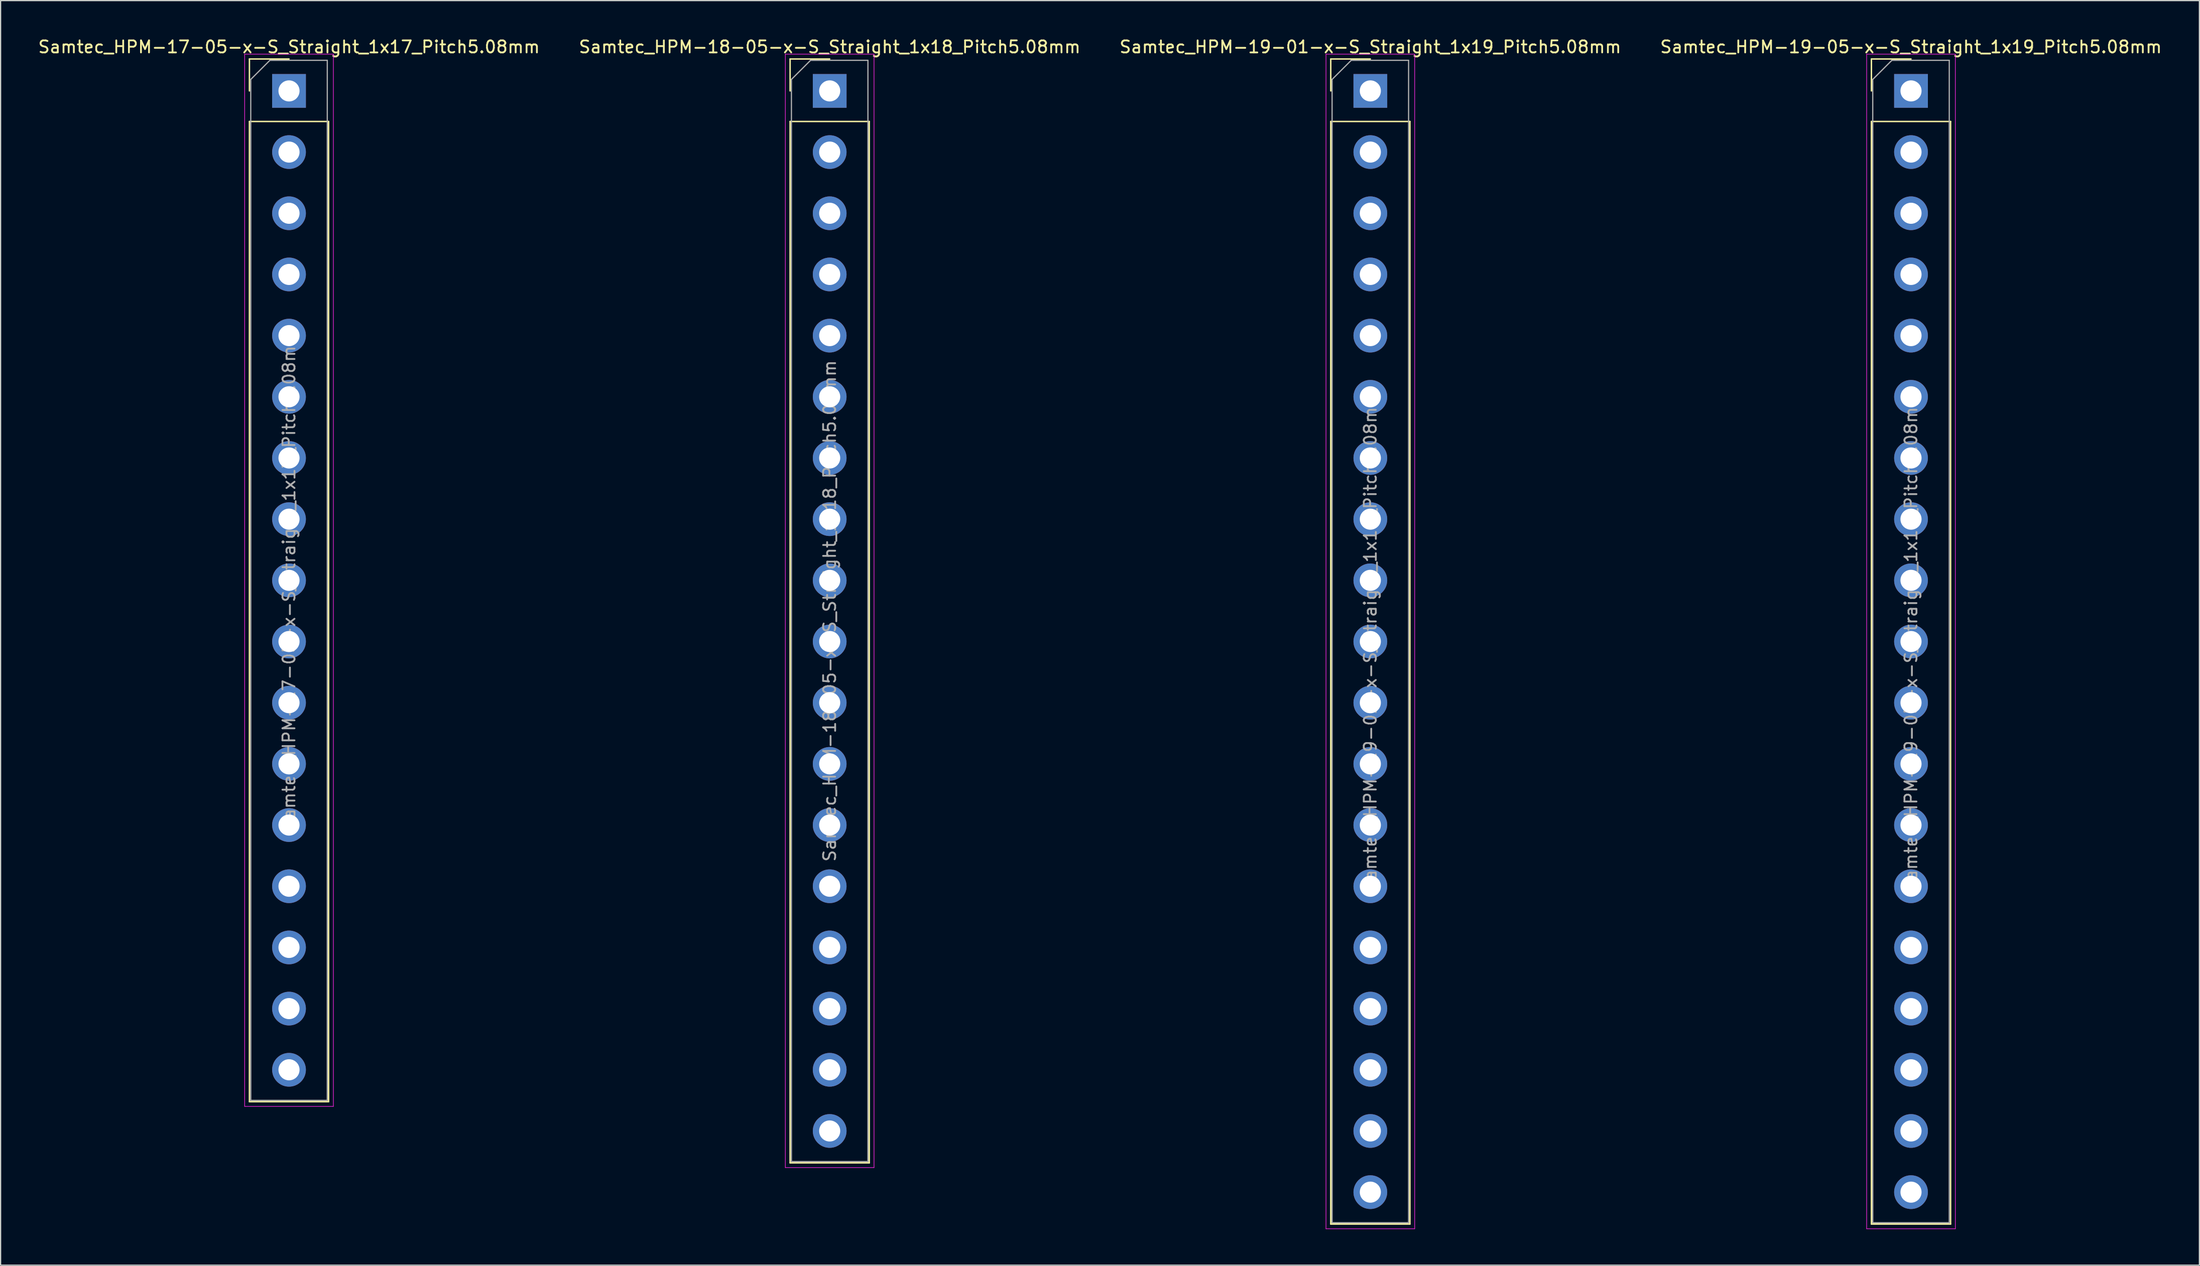
<source format=kicad_pcb>
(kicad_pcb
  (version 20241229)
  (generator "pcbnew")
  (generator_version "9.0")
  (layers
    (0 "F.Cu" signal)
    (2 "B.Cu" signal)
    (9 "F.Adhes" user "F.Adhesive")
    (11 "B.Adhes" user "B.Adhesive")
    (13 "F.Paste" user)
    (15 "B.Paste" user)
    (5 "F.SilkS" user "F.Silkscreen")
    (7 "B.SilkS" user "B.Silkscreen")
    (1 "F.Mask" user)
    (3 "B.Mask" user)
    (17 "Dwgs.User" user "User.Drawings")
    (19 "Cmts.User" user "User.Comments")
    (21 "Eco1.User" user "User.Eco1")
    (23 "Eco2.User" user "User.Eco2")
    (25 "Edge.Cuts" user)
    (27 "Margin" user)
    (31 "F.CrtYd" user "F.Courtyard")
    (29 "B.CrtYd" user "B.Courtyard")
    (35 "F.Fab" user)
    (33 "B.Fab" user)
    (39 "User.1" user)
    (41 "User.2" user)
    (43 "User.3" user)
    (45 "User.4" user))
  (footprint "Samtec_HPM-19-01-x-S_Straight_1x19_Pitch5.08mm"
    (layer "F.Cu")
    (at 110.673 4.498)
    (property "Reference" "Samtec_HPM-19-01-x-S_Straight_1x19_Pitch5.08mm" (at 0 -3.65 0) (layer "F.SilkS") (effects (font (size 1 1) (thickness 0.15))))
    (attr through_hole)
    (fp_line (start -3.285 -2.65) (end 0 -2.65) (stroke (width 0.12) (type solid)) (layer "F.SilkS"))
    (fp_line (start -3.285 0) (end -3.285 -2.65) (stroke (width 0.12) (type solid)) (layer "F.SilkS"))
    (fp_line (start -3.285 2.54) (end -3.285 94.09) (stroke (width 0.12) (type solid)) (layer "F.SilkS"))
    (fp_line (start -3.285 2.54) (end 3.285 2.54) (stroke (width 0.12) (type solid)) (layer "F.SilkS"))
    (fp_line (start -3.285 94.09) (end 3.285 94.09) (stroke (width 0.12) (type solid)) (layer "F.SilkS"))
    (fp_line (start 3.285 2.54) (end 3.285 94.09) (stroke (width 0.12) (type solid)) (layer "F.SilkS"))
    (fp_line (start -3.68 -3.05) (end -3.68 94.48) (stroke (width 0.05) (type solid)) (layer "F.CrtYd"))
    (fp_line (start -3.68 94.48) (end 3.68 94.48) (stroke (width 0.05) (type solid)) (layer "F.CrtYd"))
    (fp_line (start 3.68 -3.05) (end -3.68 -3.05) (stroke (width 0.05) (type solid)) (layer "F.CrtYd"))
    (fp_line (start 3.68 94.48) (end 3.68 -3.05) (stroke (width 0.05) (type solid)) (layer "F.CrtYd"))
    (fp_line (start -3.175 -0.953) (end -1.587 -2.54) (stroke (width 0.1) (type solid)) (layer "F.Fab"))
    (fp_line (start -3.175 93.98) (end -3.175 -0.953) (stroke (width 0.1) (type solid)) (layer "F.Fab"))
    (fp_line (start -1.587 -2.54) (end 3.175 -2.54) (stroke (width 0.1) (type solid)) (layer "F.Fab"))
    (fp_line (start 3.175 -2.54) (end 3.175 93.98) (stroke (width 0.1) (type solid)) (layer "F.Fab"))
    (fp_line (start 3.175 93.98) (end -3.175 93.98) (stroke (width 0.1) (type solid)) (layer "F.Fab"))
    (fp_text user "${REFERENCE}" (at 0 45.72 90) (layer "F.Fab") (effects (font (size 1 1) (thickness 0.15))))
    (pad "1" thru_hole rect (at 0 0) (size 2.8 2.8) (drill 1.75) (layers "*.Cu" "*.Mask"))
    (pad "2" thru_hole circle (at 0 5.08) (size 2.8 2.8) (drill 1.75) (layers "*.Cu" "*.Mask"))
    (pad "3" thru_hole circle (at 0 10.16) (size 2.8 2.8) (drill 1.75) (layers "*.Cu" "*.Mask"))
    (pad "4" thru_hole circle (at 0 15.24) (size 2.8 2.8) (drill 1.75) (layers "*.Cu" "*.Mask"))
    (pad "5" thru_hole circle (at 0 20.32) (size 2.8 2.8) (drill 1.75) (layers "*.Cu" "*.Mask"))
    (pad "6" thru_hole circle (at 0 25.4) (size 2.8 2.8) (drill 1.75) (layers "*.Cu" "*.Mask"))
    (pad "7" thru_hole circle (at 0 30.48) (size 2.8 2.8) (drill 1.75) (layers "*.Cu" "*.Mask"))
    (pad "8" thru_hole circle (at 0 35.56) (size 2.8 2.8) (drill 1.75) (layers "*.Cu" "*.Mask"))
    (pad "9" thru_hole circle (at 0 40.64) (size 2.8 2.8) (drill 1.75) (layers "*.Cu" "*.Mask"))
    (pad "10" thru_hole circle (at 0 45.72) (size 2.8 2.8) (drill 1.75) (layers "*.Cu" "*.Mask"))
    (pad "11" thru_hole circle (at 0 50.8) (size 2.8 2.8) (drill 1.75) (layers "*.Cu" "*.Mask"))
    (pad "12" thru_hole circle (at 0 55.88) (size 2.8 2.8) (drill 1.75) (layers "*.Cu" "*.Mask"))
    (pad "13" thru_hole circle (at 0 60.96) (size 2.8 2.8) (drill 1.75) (layers "*.Cu" "*.Mask"))
    (pad "14" thru_hole circle (at 0 66.04) (size 2.8 2.8) (drill 1.75) (layers "*.Cu" "*.Mask"))
    (pad "15" thru_hole circle (at 0 71.12) (size 2.8 2.8) (drill 1.75) (layers "*.Cu" "*.Mask"))
    (pad "16" thru_hole circle (at 0 76.2) (size 2.8 2.8) (drill 1.75) (layers "*.Cu" "*.Mask"))
    (pad "17" thru_hole circle (at 0 81.28) (size 2.8 2.8) (drill 1.75) (layers "*.Cu" "*.Mask"))
    (pad "18" thru_hole circle (at 0 86.36) (size 2.8 2.8) (drill 1.75) (layers "*.Cu" "*.Mask"))
    (pad "19" thru_hole circle (at 0 91.44) (size 2.8 2.8) (drill 1.75) (layers "*.Cu" "*.Mask")))
  (footprint "Samtec_HPM-19-05-x-S_Straight_1x19_Pitch5.08mm"
    (layer "F.Cu")
    (at 155.542 4.498)
    (property "Reference" "Samtec_HPM-19-05-x-S_Straight_1x19_Pitch5.08mm" (at 0 -3.65 0) (layer "F.SilkS") (effects (font (size 1 1) (thickness 0.15))))
    (attr through_hole)
    (fp_line (start -3.285 -2.65) (end 0 -2.65) (stroke (width 0.12) (type solid)) (layer "F.SilkS"))
    (fp_line (start -3.285 0) (end -3.285 -2.65) (stroke (width 0.12) (type solid)) (layer "F.SilkS"))
    (fp_line (start -3.285 2.54) (end -3.285 94.09) (stroke (width 0.12) (type solid)) (layer "F.SilkS"))
    (fp_line (start -3.285 2.54) (end 3.285 2.54) (stroke (width 0.12) (type solid)) (layer "F.SilkS"))
    (fp_line (start -3.285 94.09) (end 3.285 94.09) (stroke (width 0.12) (type solid)) (layer "F.SilkS"))
    (fp_line (start 3.285 2.54) (end 3.285 94.09) (stroke (width 0.12) (type solid)) (layer "F.SilkS"))
    (fp_line (start -3.68 -3.05) (end -3.68 94.48) (stroke (width 0.05) (type solid)) (layer "F.CrtYd"))
    (fp_line (start -3.68 94.48) (end 3.68 94.48) (stroke (width 0.05) (type solid)) (layer "F.CrtYd"))
    (fp_line (start 3.68 -3.05) (end -3.68 -3.05) (stroke (width 0.05) (type solid)) (layer "F.CrtYd"))
    (fp_line (start 3.68 94.48) (end 3.68 -3.05) (stroke (width 0.05) (type solid)) (layer "F.CrtYd"))
    (fp_line (start -3.175 -0.953) (end -1.587 -2.54) (stroke (width 0.1) (type solid)) (layer "F.Fab"))
    (fp_line (start -3.175 93.98) (end -3.175 -0.953) (stroke (width 0.1) (type solid)) (layer "F.Fab"))
    (fp_line (start -1.587 -2.54) (end 3.175 -2.54) (stroke (width 0.1) (type solid)) (layer "F.Fab"))
    (fp_line (start 3.175 -2.54) (end 3.175 93.98) (stroke (width 0.1) (type solid)) (layer "F.Fab"))
    (fp_line (start 3.175 93.98) (end -3.175 93.98) (stroke (width 0.1) (type solid)) (layer "F.Fab"))
    (fp_text user "${REFERENCE}" (at 0 45.72 90) (layer "F.Fab") (effects (font (size 1 1) (thickness 0.15))))
    (pad "1" thru_hole rect (at 0 0) (size 2.8 2.8) (drill 1.75) (layers "*.Cu" "*.Mask"))
    (pad "2" thru_hole circle (at 0 5.08) (size 2.8 2.8) (drill 1.75) (layers "*.Cu" "*.Mask"))
    (pad "3" thru_hole circle (at 0 10.16) (size 2.8 2.8) (drill 1.75) (layers "*.Cu" "*.Mask"))
    (pad "4" thru_hole circle (at 0 15.24) (size 2.8 2.8) (drill 1.75) (layers "*.Cu" "*.Mask"))
    (pad "5" thru_hole circle (at 0 20.32) (size 2.8 2.8) (drill 1.75) (layers "*.Cu" "*.Mask"))
    (pad "6" thru_hole circle (at 0 25.4) (size 2.8 2.8) (drill 1.75) (layers "*.Cu" "*.Mask"))
    (pad "7" thru_hole circle (at 0 30.48) (size 2.8 2.8) (drill 1.75) (layers "*.Cu" "*.Mask"))
    (pad "8" thru_hole circle (at 0 35.56) (size 2.8 2.8) (drill 1.75) (layers "*.Cu" "*.Mask"))
    (pad "9" thru_hole circle (at 0 40.64) (size 2.8 2.8) (drill 1.75) (layers "*.Cu" "*.Mask"))
    (pad "10" thru_hole circle (at 0 45.72) (size 2.8 2.8) (drill 1.75) (layers "*.Cu" "*.Mask"))
    (pad "11" thru_hole circle (at 0 50.8) (size 2.8 2.8) (drill 1.75) (layers "*.Cu" "*.Mask"))
    (pad "12" thru_hole circle (at 0 55.88) (size 2.8 2.8) (drill 1.75) (layers "*.Cu" "*.Mask"))
    (pad "13" thru_hole circle (at 0 60.96) (size 2.8 2.8) (drill 1.75) (layers "*.Cu" "*.Mask"))
    (pad "14" thru_hole circle (at 0 66.04) (size 2.8 2.8) (drill 1.75) (layers "*.Cu" "*.Mask"))
    (pad "15" thru_hole circle (at 0 71.12) (size 2.8 2.8) (drill 1.75) (layers "*.Cu" "*.Mask"))
    (pad "16" thru_hole circle (at 0 76.2) (size 2.8 2.8) (drill 1.75) (layers "*.Cu" "*.Mask"))
    (pad "17" thru_hole circle (at 0 81.28) (size 2.8 2.8) (drill 1.75) (layers "*.Cu" "*.Mask"))
    (pad "18" thru_hole circle (at 0 86.36) (size 2.8 2.8) (drill 1.75) (layers "*.Cu" "*.Mask"))
    (pad "19" thru_hole circle (at 0 91.44) (size 2.8 2.8) (drill 1.75) (layers "*.Cu" "*.Mask")))
  (footprint "Samtec_HPM-18-05-x-S_Straight_1x18_Pitch5.08mm"
    (layer "F.Cu")
    (at 65.804 4.498)
    (property "Reference" "Samtec_HPM-18-05-x-S_Straight_1x18_Pitch5.08mm" (at 0 -3.65 0) (layer "F.SilkS") (effects (font (size 1 1) (thickness 0.15))))
    (attr through_hole)
    (fp_line (start -3.285 -2.65) (end 0 -2.65) (stroke (width 0.12) (type solid)) (layer "F.SilkS"))
    (fp_line (start -3.285 0) (end -3.285 -2.65) (stroke (width 0.12) (type solid)) (layer "F.SilkS"))
    (fp_line (start -3.285 2.54) (end -3.285 89.01) (stroke (width 0.12) (type solid)) (layer "F.SilkS"))
    (fp_line (start -3.285 2.54) (end 3.285 2.54) (stroke (width 0.12) (type solid)) (layer "F.SilkS"))
    (fp_line (start -3.285 89.01) (end 3.285 89.01) (stroke (width 0.12) (type solid)) (layer "F.SilkS"))
    (fp_line (start 3.285 2.54) (end 3.285 89.01) (stroke (width 0.12) (type solid)) (layer "F.SilkS"))
    (fp_line (start -3.68 -3.05) (end -3.68 89.4) (stroke (width 0.05) (type solid)) (layer "F.CrtYd"))
    (fp_line (start -3.68 89.4) (end 3.68 89.4) (stroke (width 0.05) (type solid)) (layer "F.CrtYd"))
    (fp_line (start 3.68 -3.05) (end -3.68 -3.05) (stroke (width 0.05) (type solid)) (layer "F.CrtYd"))
    (fp_line (start 3.68 89.4) (end 3.68 -3.05) (stroke (width 0.05) (type solid)) (layer "F.CrtYd"))
    (fp_line (start -3.175 -0.953) (end -1.587 -2.54) (stroke (width 0.1) (type solid)) (layer "F.Fab"))
    (fp_line (start -3.175 88.9) (end -3.175 -0.953) (stroke (width 0.1) (type solid)) (layer "F.Fab"))
    (fp_line (start -1.587 -2.54) (end 3.175 -2.54) (stroke (width 0.1) (type solid)) (layer "F.Fab"))
    (fp_line (start 3.175 -2.54) (end 3.175 88.9) (stroke (width 0.1) (type solid)) (layer "F.Fab"))
    (fp_line (start 3.175 88.9) (end -3.175 88.9) (stroke (width 0.1) (type solid)) (layer "F.Fab"))
    (fp_text user "${REFERENCE}" (at 0 43.18 90) (layer "F.Fab") (effects (font (size 1 1) (thickness 0.15))))
    (pad "1" thru_hole rect (at 0 0) (size 2.8 2.8) (drill 1.75) (layers "*.Cu" "*.Mask"))
    (pad "2" thru_hole circle (at 0 5.08) (size 2.8 2.8) (drill 1.75) (layers "*.Cu" "*.Mask"))
    (pad "3" thru_hole circle (at 0 10.16) (size 2.8 2.8) (drill 1.75) (layers "*.Cu" "*.Mask"))
    (pad "4" thru_hole circle (at 0 15.24) (size 2.8 2.8) (drill 1.75) (layers "*.Cu" "*.Mask"))
    (pad "5" thru_hole circle (at 0 20.32) (size 2.8 2.8) (drill 1.75) (layers "*.Cu" "*.Mask"))
    (pad "6" thru_hole circle (at 0 25.4) (size 2.8 2.8) (drill 1.75) (layers "*.Cu" "*.Mask"))
    (pad "7" thru_hole circle (at 0 30.48) (size 2.8 2.8) (drill 1.75) (layers "*.Cu" "*.Mask"))
    (pad "8" thru_hole circle (at 0 35.56) (size 2.8 2.8) (drill 1.75) (layers "*.Cu" "*.Mask"))
    (pad "9" thru_hole circle (at 0 40.64) (size 2.8 2.8) (drill 1.75) (layers "*.Cu" "*.Mask"))
    (pad "10" thru_hole circle (at 0 45.72) (size 2.8 2.8) (drill 1.75) (layers "*.Cu" "*.Mask"))
    (pad "11" thru_hole circle (at 0 50.8) (size 2.8 2.8) (drill 1.75) (layers "*.Cu" "*.Mask"))
    (pad "12" thru_hole circle (at 0 55.88) (size 2.8 2.8) (drill 1.75) (layers "*.Cu" "*.Mask"))
    (pad "13" thru_hole circle (at 0 60.96) (size 2.8 2.8) (drill 1.75) (layers "*.Cu" "*.Mask"))
    (pad "14" thru_hole circle (at 0 66.04) (size 2.8 2.8) (drill 1.75) (layers "*.Cu" "*.Mask"))
    (pad "15" thru_hole circle (at 0 71.12) (size 2.8 2.8) (drill 1.75) (layers "*.Cu" "*.Mask"))
    (pad "16" thru_hole circle (at 0 76.2) (size 2.8 2.8) (drill 1.75) (layers "*.Cu" "*.Mask"))
    (pad "17" thru_hole circle (at 0 81.28) (size 2.8 2.8) (drill 1.75) (layers "*.Cu" "*.Mask"))
    (pad "18" thru_hole circle (at 0 86.36) (size 2.8 2.8) (drill 1.75) (layers "*.Cu" "*.Mask")))
  (footprint "Samtec_HPM-17-05-x-S_Straight_1x17_Pitch5.08mm"
    (layer "F.Cu")
    (at 20.935 4.498)
    (property "Reference" "Samtec_HPM-17-05-x-S_Straight_1x17_Pitch5.08mm" (at 0 -3.65 0) (layer "F.SilkS") (effects (font (size 1 1) (thickness 0.15))))
    (attr through_hole)
    (fp_line (start -3.285 -2.65) (end 0 -2.65) (stroke (width 0.12) (type solid)) (layer "F.SilkS"))
    (fp_line (start -3.285 0) (end -3.285 -2.65) (stroke (width 0.12) (type solid)) (layer "F.SilkS"))
    (fp_line (start -3.285 2.54) (end -3.285 83.93) (stroke (width 0.12) (type solid)) (layer "F.SilkS"))
    (fp_line (start -3.285 2.54) (end 3.285 2.54) (stroke (width 0.12) (type solid)) (layer "F.SilkS"))
    (fp_line (start -3.285 83.93) (end 3.285 83.93) (stroke (width 0.12) (type solid)) (layer "F.SilkS"))
    (fp_line (start 3.285 2.54) (end 3.285 83.93) (stroke (width 0.12) (type solid)) (layer "F.SilkS"))
    (fp_line (start -3.68 -3.05) (end -3.68 84.32) (stroke (width 0.05) (type solid)) (layer "F.CrtYd"))
    (fp_line (start -3.68 84.32) (end 3.68 84.32) (stroke (width 0.05) (type solid)) (layer "F.CrtYd"))
    (fp_line (start 3.68 -3.05) (end -3.68 -3.05) (stroke (width 0.05) (type solid)) (layer "F.CrtYd"))
    (fp_line (start 3.68 84.32) (end 3.68 -3.05) (stroke (width 0.05) (type solid)) (layer "F.CrtYd"))
    (fp_line (start -3.175 -0.953) (end -1.587 -2.54) (stroke (width 0.1) (type solid)) (layer "F.Fab"))
    (fp_line (start -3.175 83.82) (end -3.175 -0.953) (stroke (width 0.1) (type solid)) (layer "F.Fab"))
    (fp_line (start -1.587 -2.54) (end 3.175 -2.54) (stroke (width 0.1) (type solid)) (layer "F.Fab"))
    (fp_line (start 3.175 -2.54) (end 3.175 83.82) (stroke (width 0.1) (type solid)) (layer "F.Fab"))
    (fp_line (start 3.175 83.82) (end -3.175 83.82) (stroke (width 0.1) (type solid)) (layer "F.Fab"))
    (fp_text user "${REFERENCE}" (at 0 40.64 90) (layer "F.Fab") (effects (font (size 1 1) (thickness 0.15))))
    (pad "1" thru_hole rect (at 0 0) (size 2.8 2.8) (drill 1.75) (layers "*.Cu" "*.Mask"))
    (pad "2" thru_hole circle (at 0 5.08) (size 2.8 2.8) (drill 1.75) (layers "*.Cu" "*.Mask"))
    (pad "3" thru_hole circle (at 0 10.16) (size 2.8 2.8) (drill 1.75) (layers "*.Cu" "*.Mask"))
    (pad "4" thru_hole circle (at 0 15.24) (size 2.8 2.8) (drill 1.75) (layers "*.Cu" "*.Mask"))
    (pad "5" thru_hole circle (at 0 20.32) (size 2.8 2.8) (drill 1.75) (layers "*.Cu" "*.Mask"))
    (pad "6" thru_hole circle (at 0 25.4) (size 2.8 2.8) (drill 1.75) (layers "*.Cu" "*.Mask"))
    (pad "7" thru_hole circle (at 0 30.48) (size 2.8 2.8) (drill 1.75) (layers "*.Cu" "*.Mask"))
    (pad "8" thru_hole circle (at 0 35.56) (size 2.8 2.8) (drill 1.75) (layers "*.Cu" "*.Mask"))
    (pad "9" thru_hole circle (at 0 40.64) (size 2.8 2.8) (drill 1.75) (layers "*.Cu" "*.Mask"))
    (pad "10" thru_hole circle (at 0 45.72) (size 2.8 2.8) (drill 1.75) (layers "*.Cu" "*.Mask"))
    (pad "11" thru_hole circle (at 0 50.8) (size 2.8 2.8) (drill 1.75) (layers "*.Cu" "*.Mask"))
    (pad "12" thru_hole circle (at 0 55.88) (size 2.8 2.8) (drill 1.75) (layers "*.Cu" "*.Mask"))
    (pad "13" thru_hole circle (at 0 60.96) (size 2.8 2.8) (drill 1.75) (layers "*.Cu" "*.Mask"))
    (pad "14" thru_hole circle (at 0 66.04) (size 2.8 2.8) (drill 1.75) (layers "*.Cu" "*.Mask"))
    (pad "15" thru_hole circle (at 0 71.12) (size 2.8 2.8) (drill 1.75) (layers "*.Cu" "*.Mask"))
    (pad "16" thru_hole circle (at 0 76.2) (size 2.8 2.8) (drill 1.75) (layers "*.Cu" "*.Mask"))
    (pad "17" thru_hole circle (at 0 81.28) (size 2.8 2.8) (drill 1.75) (layers "*.Cu" "*.Mask")))
  (gr_rect
    (start -3 -3)
    (end 179.476 102.003)
    (stroke (width 0.1) (type default))
    (fill no)
    (layer "Edge.Cuts")))
</source>
